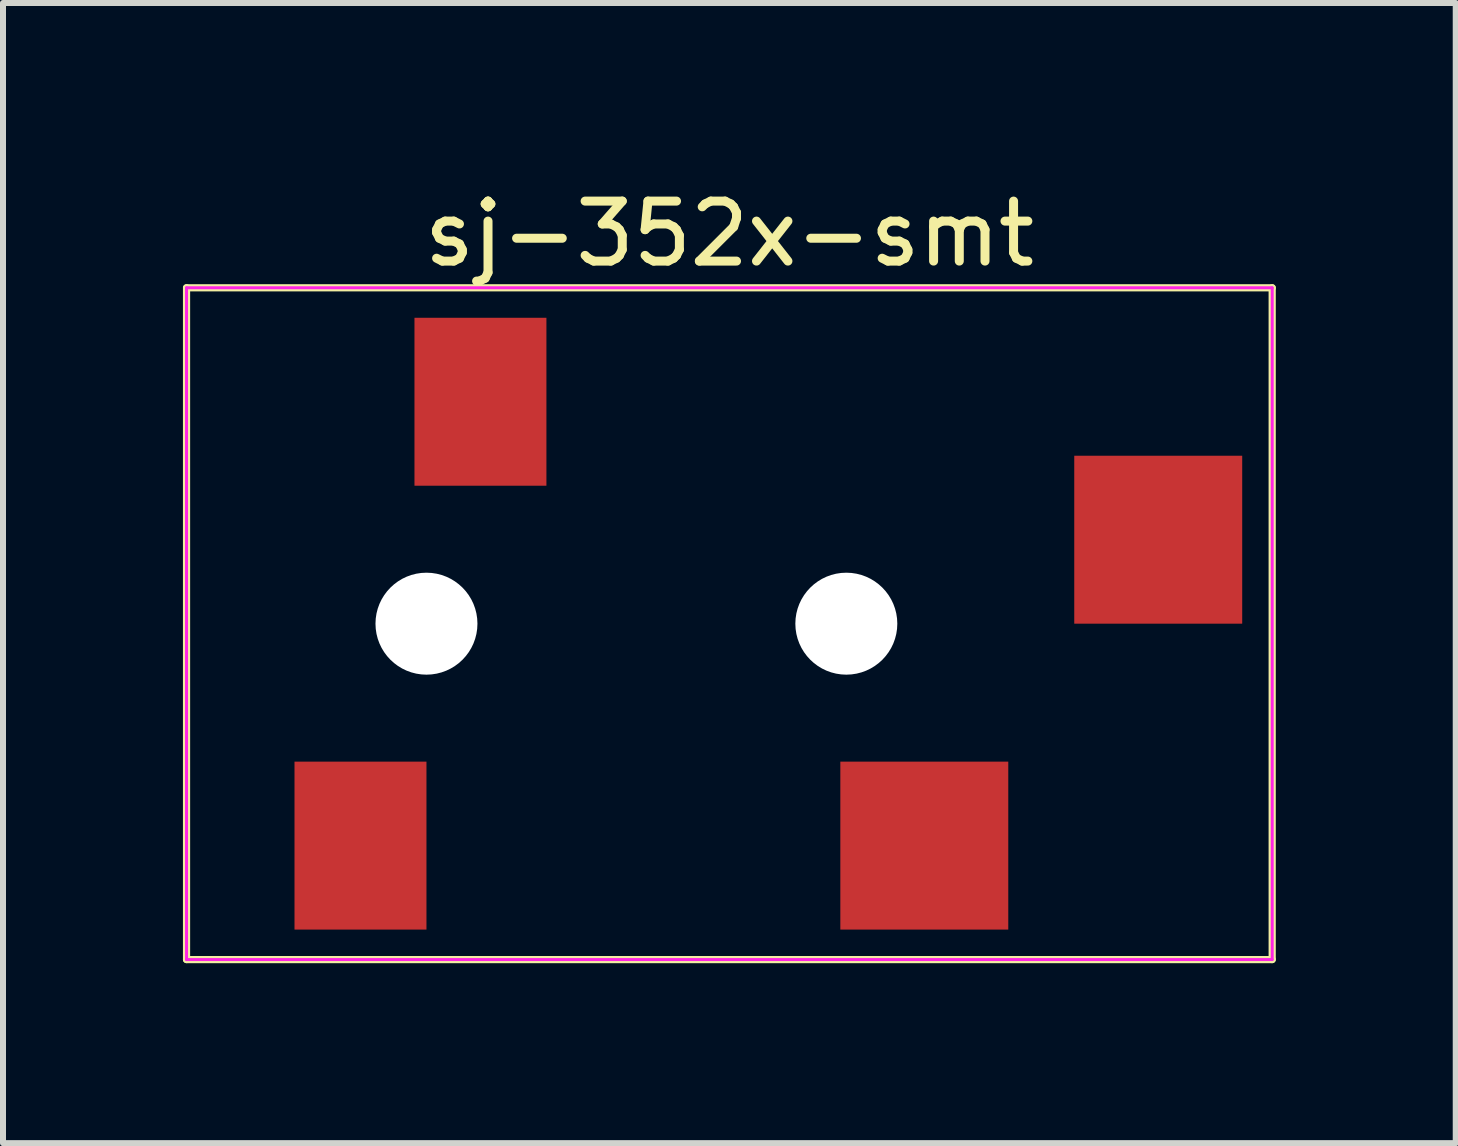
<source format=kicad_pcb>
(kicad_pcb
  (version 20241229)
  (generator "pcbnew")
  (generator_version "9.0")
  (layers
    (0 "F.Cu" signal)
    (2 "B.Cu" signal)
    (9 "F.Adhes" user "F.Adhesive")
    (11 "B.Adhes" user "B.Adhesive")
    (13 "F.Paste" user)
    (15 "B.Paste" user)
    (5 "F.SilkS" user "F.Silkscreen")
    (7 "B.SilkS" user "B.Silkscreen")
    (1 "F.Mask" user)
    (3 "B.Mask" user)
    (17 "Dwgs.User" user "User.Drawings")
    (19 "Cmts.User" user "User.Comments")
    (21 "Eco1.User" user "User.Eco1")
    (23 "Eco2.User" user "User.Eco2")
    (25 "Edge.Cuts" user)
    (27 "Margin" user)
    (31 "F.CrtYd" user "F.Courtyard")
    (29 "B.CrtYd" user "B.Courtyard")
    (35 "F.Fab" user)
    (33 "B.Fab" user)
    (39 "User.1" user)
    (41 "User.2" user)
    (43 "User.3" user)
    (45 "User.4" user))
  (footprint "sj-352x-smt"
    (layer "F.Cu")
    (at 9.11 7.348)
    (property "Reference" "sj-352x-smt" (at 0 -6.5 0) (layer "F.SilkS") (effects (font (size 1 1) (thickness 0.15))))
    (attr through_hole)
    (fp_line (start -9.05 -5.6) (end -9.05 5.6) (stroke (width 0.12) (type solid)) (layer "F.SilkS"))
    (fp_line (start -9.05 5.6) (end 9.05 5.6) (stroke (width 0.12) (type solid)) (layer "F.SilkS"))
    (fp_line (start 9.05 -5.6) (end -9.05 -5.6) (stroke (width 0.12) (type solid)) (layer "F.SilkS"))
    (fp_line (start 9.05 5.6) (end 9.05 -5.6) (stroke (width 0.12) (type solid)) (layer "F.SilkS"))
    (fp_line (start -9.05 -5.6) (end -9.05 5.6) (stroke (width 0.05) (type solid)) (layer "F.CrtYd"))
    (fp_line (start -9.05 5.6) (end 9.05 5.6) (stroke (width 0.05) (type solid)) (layer "F.CrtYd"))
    (fp_line (start 9.05 -5.6) (end -9.05 -5.6) (stroke (width 0.05) (type solid)) (layer "F.CrtYd"))
    (fp_line (start 9.05 5.6) (end 9.05 -5.6) (stroke (width 0.05) (type solid)) (layer "F.CrtYd"))
    (pad "" np_thru_hole circle (at -5.05 0) (size 1.7 1.7) (drill 1.7) (layers "*.Cu" "*.Mask"))
    (pad "" np_thru_hole circle (at 1.95 0) (size 1.7 1.7) (drill 1.7) (layers "*.Cu" "*.Mask"))
    (pad "1" smd rect (at 3.25 3.7) (size 2.8 2.8) (layers "F.Cu" "F.Mask" "F.Paste"))
    (pad "2" smd rect (at -4.15 -3.7) (size 2.2 2.8) (layers "F.Cu" "F.Mask" "F.Paste"))
    (pad "3" smd rect (at -6.15 3.7) (size 2.2 2.8) (layers "F.Cu" "F.Mask" "F.Paste"))
    (pad "4" smd rect (at 7.15 -1.4) (size 2.8 2.8) (layers "F.Cu" "F.Mask" "F.Paste")))
  (gr_rect
    (start -3 -3)
    (end 21.22 16.008)
    (stroke (width 0.1) (type default))
    (fill no)
    (layer "Edge.Cuts")))
</source>
